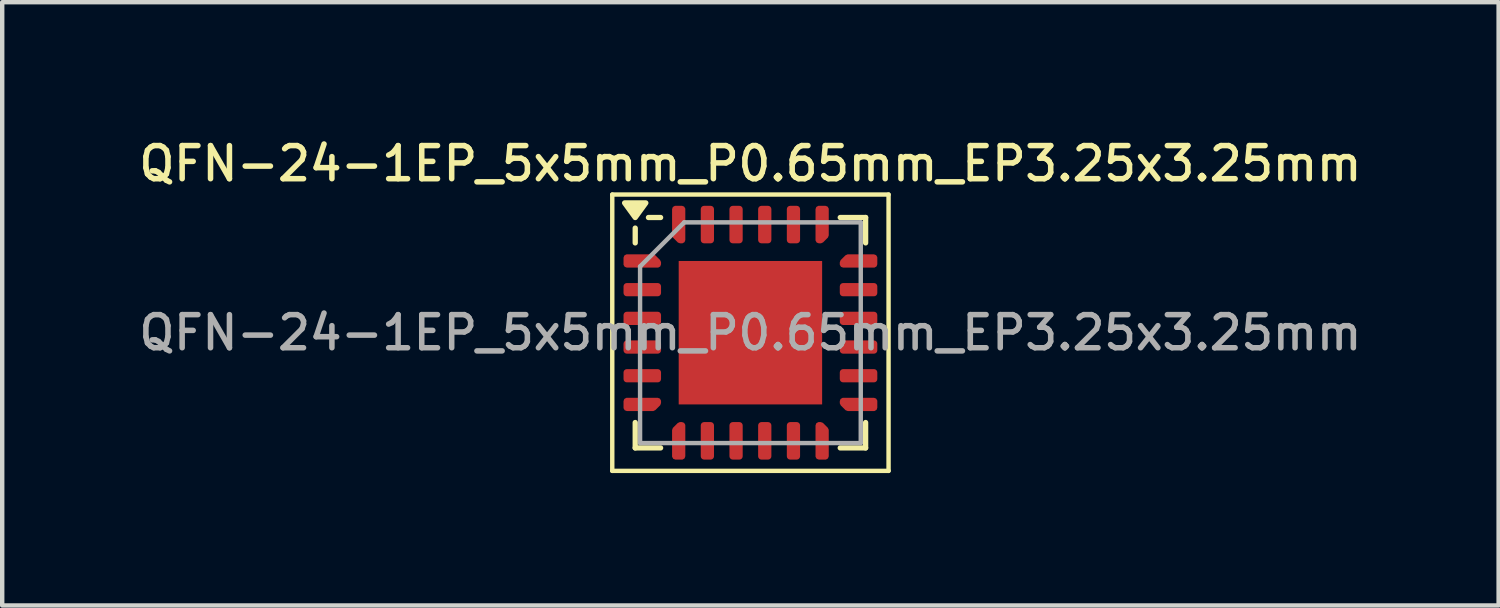
<source format=kicad_pcb>
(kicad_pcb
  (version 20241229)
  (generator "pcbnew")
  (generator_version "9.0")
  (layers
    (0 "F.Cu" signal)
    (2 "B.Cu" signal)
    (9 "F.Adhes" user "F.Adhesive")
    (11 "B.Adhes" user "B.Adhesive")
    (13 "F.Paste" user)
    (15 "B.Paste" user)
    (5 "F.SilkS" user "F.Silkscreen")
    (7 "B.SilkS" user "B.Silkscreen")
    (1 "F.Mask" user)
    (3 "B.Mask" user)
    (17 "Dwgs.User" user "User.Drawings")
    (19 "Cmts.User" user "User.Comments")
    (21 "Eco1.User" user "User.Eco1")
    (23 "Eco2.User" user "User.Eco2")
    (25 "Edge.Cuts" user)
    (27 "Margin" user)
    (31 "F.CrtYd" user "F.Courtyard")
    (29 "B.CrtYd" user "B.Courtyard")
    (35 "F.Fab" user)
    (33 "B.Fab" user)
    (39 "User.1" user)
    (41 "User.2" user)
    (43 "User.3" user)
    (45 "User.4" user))
  (footprint "QFN-24-1EP_5x5mm_P0.65mm_EP3.25x3.25mm"
    (layer "F.Cu")
    (at 13.952 4.488)
    (property "Reference" "QFN-24-1EP_5x5mm_P0.65mm_EP3.25x3.25mm" (at 0 -3.83 0) (layer "F.SilkS") (effects (font (size 0.75 0.75) (thickness 0.125))))
    (attr smd)
    (fp_line (start -3.13 -3.13) (end -3.13 3.13) (stroke (width 0.1) (type solid)) (layer "F.SilkS"))
    (fp_line (start -3.13 3.13) (end 3.13 3.13) (stroke (width 0.1) (type solid)) (layer "F.SilkS"))
    (fp_line (start -2.61 -2.035) (end -2.61 -2.37) (stroke (width 0.12) (type solid)) (layer "F.SilkS"))
    (fp_line (start -2.61 2.61) (end -2.61 2.035) (stroke (width 0.12) (type solid)) (layer "F.SilkS"))
    (fp_line (start -2.035 -2.61) (end -2.31 -2.61) (stroke (width 0.12) (type solid)) (layer "F.SilkS"))
    (fp_line (start -2.035 2.61) (end -2.61 2.61) (stroke (width 0.12) (type solid)) (layer "F.SilkS"))
    (fp_line (start 2.035 -2.61) (end 2.61 -2.61) (stroke (width 0.12) (type solid)) (layer "F.SilkS"))
    (fp_line (start 2.035 2.61) (end 2.61 2.61) (stroke (width 0.12) (type solid)) (layer "F.SilkS"))
    (fp_line (start 2.61 -2.61) (end 2.61 -2.035) (stroke (width 0.12) (type solid)) (layer "F.SilkS"))
    (fp_line (start 2.61 2.61) (end 2.61 2.035) (stroke (width 0.12) (type solid)) (layer "F.SilkS"))
    (fp_line (start 3.13 -3.13) (end -3.13 -3.13) (stroke (width 0.1) (type solid)) (layer "F.SilkS"))
    (fp_line (start 3.13 3.13) (end 3.13 -3.13) (stroke (width 0.1) (type solid)) (layer "F.SilkS"))
    (fp_poly (pts (xy -2.61 -2.61) (xy -2.85 -2.94) (xy -2.37 -2.94) (xy -2.61 -2.61)) (stroke (width 0.12) (type solid)) (fill yes) (layer "F.SilkS"))
    (fp_line (start -2.5 -1.5) (end -1.5 -2.5) (stroke (width 0.1) (type solid)) (layer "F.Fab"))
    (fp_line (start -2.5 2.5) (end -2.5 -1.5) (stroke (width 0.1) (type solid)) (layer "F.Fab"))
    (fp_line (start -1.5 -2.5) (end 2.5 -2.5) (stroke (width 0.1) (type solid)) (layer "F.Fab"))
    (fp_line (start 2.5 -2.5) (end 2.5 2.5) (stroke (width 0.1) (type solid)) (layer "F.Fab"))
    (fp_line (start 2.5 2.5) (end -2.5 2.5) (stroke (width 0.1) (type solid)) (layer "F.Fab"))
    (fp_text user "${REFERENCE}" (at 0 0 0) (layer "F.Fab") (effects (font (size 0.75 0.75) (thickness 0.125))))
    (pad "" smd roundrect (at -0.81 -0.81) (size 1.31 1.31) (layers "F.Paste") (roundrect_rratio 0.191))
    (pad "" smd roundrect (at -0.81 0.81) (size 1.31 1.31) (layers "F.Paste") (roundrect_rratio 0.191))
    (pad "" smd roundrect (at 0.81 -0.81) (size 1.31 1.31) (layers "F.Paste") (roundrect_rratio 0.191))
    (pad "" smd roundrect (at 0.81 0.81) (size 1.31 1.31) (layers "F.Paste") (roundrect_rratio 0.191))
    (pad "1" smd custom (at -2.45 -1.625) (size 0.194 0.194) (layers "F.Cu" "F.Mask" "F.Paste") (options (anchor circle)) (primitives (gr_poly (pts (xy -0.35 -0.075) (xy 0.244 -0.075) (xy 0.35 0.031) (xy 0.35 0.075) (xy -0.35 0.075)) (width 0.15) (fill yes))))
    (pad "2" smd roundrect (at -2.45 -0.975) (size 0.85 0.3) (layers "F.Cu" "F.Mask" "F.Paste") (roundrect_rratio 0.25))
    (pad "3" smd roundrect (at -2.45 -0.325) (size 0.85 0.3) (layers "F.Cu" "F.Mask" "F.Paste") (roundrect_rratio 0.25))
    (pad "4" smd roundrect (at -2.45 0.325) (size 0.85 0.3) (layers "F.Cu" "F.Mask" "F.Paste") (roundrect_rratio 0.25))
    (pad "5" smd roundrect (at -2.45 0.975) (size 0.85 0.3) (layers "F.Cu" "F.Mask" "F.Paste") (roundrect_rratio 0.25))
    (pad "6" smd custom (at -2.45 1.625) (size 0.194 0.194) (layers "F.Cu" "F.Mask" "F.Paste") (options (anchor circle)) (primitives (gr_poly (pts (xy -0.35 -0.075) (xy 0.35 -0.075) (xy 0.35 -0.031) (xy 0.244 0.075) (xy -0.35 0.075)) (width 0.15) (fill yes))))
    (pad "7" smd custom (at -1.625 2.45) (size 0.194 0.194) (layers "F.Cu" "F.Mask" "F.Paste") (options (anchor circle)) (primitives (gr_poly (pts (xy -0.075 -0.244) (xy 0.031 -0.35) (xy 0.075 -0.35) (xy 0.075 0.35) (xy -0.075 0.35)) (width 0.15) (fill yes))))
    (pad "8" smd roundrect (at -0.975 2.45) (size 0.3 0.85) (layers "F.Cu" "F.Mask" "F.Paste") (roundrect_rratio 0.25))
    (pad "9" smd roundrect (at -0.325 2.45) (size 0.3 0.85) (layers "F.Cu" "F.Mask" "F.Paste") (roundrect_rratio 0.25))
    (pad "10" smd roundrect (at 0.325 2.45) (size 0.3 0.85) (layers "F.Cu" "F.Mask" "F.Paste") (roundrect_rratio 0.25))
    (pad "11" smd roundrect (at 0.975 2.45) (size 0.3 0.85) (layers "F.Cu" "F.Mask" "F.Paste") (roundrect_rratio 0.25))
    (pad "12" smd custom (at 1.625 2.45) (size 0.194 0.194) (layers "F.Cu" "F.Mask" "F.Paste") (options (anchor circle)) (primitives (gr_poly (pts (xy -0.075 -0.35) (xy -0.031 -0.35) (xy 0.075 -0.244) (xy 0.075 0.35) (xy -0.075 0.35)) (width 0.15) (fill yes))))
    (pad "13" smd custom (at 2.45 1.625) (size 0.194 0.194) (layers "F.Cu" "F.Mask" "F.Paste") (options (anchor circle)) (primitives (gr_poly (pts (xy -0.35 -0.075) (xy 0.35 -0.075) (xy 0.35 0.075) (xy -0.244 0.075) (xy -0.35 -0.031)) (width 0.15) (fill yes))))
    (pad "14" smd roundrect (at 2.45 0.975) (size 0.85 0.3) (layers "F.Cu" "F.Mask" "F.Paste") (roundrect_rratio 0.25))
    (pad "15" smd roundrect (at 2.45 0.325) (size 0.85 0.3) (layers "F.Cu" "F.Mask" "F.Paste") (roundrect_rratio 0.25))
    (pad "16" smd roundrect (at 2.45 -0.325) (size 0.85 0.3) (layers "F.Cu" "F.Mask" "F.Paste") (roundrect_rratio 0.25))
    (pad "17" smd roundrect (at 2.45 -0.975) (size 0.85 0.3) (layers "F.Cu" "F.Mask" "F.Paste") (roundrect_rratio 0.25))
    (pad "18" smd custom (at 2.45 -1.625) (size 0.194 0.194) (layers "F.Cu" "F.Mask" "F.Paste") (options (anchor circle)) (primitives (gr_poly (pts (xy -0.35 0.031) (xy -0.244 -0.075) (xy 0.35 -0.075) (xy 0.35 0.075) (xy -0.35 0.075)) (width 0.15) (fill yes))))
    (pad "19" smd custom (at 1.625 -2.45) (size 0.194 0.194) (layers "F.Cu" "F.Mask" "F.Paste") (options (anchor circle)) (primitives (gr_poly (pts (xy -0.075 -0.35) (xy 0.075 -0.35) (xy 0.075 0.244) (xy -0.031 0.35) (xy -0.075 0.35)) (width 0.15) (fill yes))))
    (pad "20" smd roundrect (at 0.975 -2.45) (size 0.3 0.85) (layers "F.Cu" "F.Mask" "F.Paste") (roundrect_rratio 0.25))
    (pad "21" smd roundrect (at 0.325 -2.45) (size 0.3 0.85) (layers "F.Cu" "F.Mask" "F.Paste") (roundrect_rratio 0.25))
    (pad "22" smd roundrect (at -0.325 -2.45) (size 0.3 0.85) (layers "F.Cu" "F.Mask" "F.Paste") (roundrect_rratio 0.25))
    (pad "23" smd roundrect (at -0.975 -2.45) (size 0.3 0.85) (layers "F.Cu" "F.Mask" "F.Paste") (roundrect_rratio 0.25))
    (pad "24" smd custom (at -1.625 -2.45) (size 0.194 0.194) (layers "F.Cu" "F.Mask" "F.Paste") (options (anchor circle)) (primitives (gr_poly (pts (xy -0.075 -0.35) (xy 0.075 -0.35) (xy 0.075 0.35) (xy 0.031 0.35) (xy -0.075 0.244)) (width 0.15) (fill yes))))
    (pad "25" smd rect (at 0 0) (size 3.25 3.25) (property pad_prop_heatsink) (layers "F.Cu" "F.Mask")))
  (gr_rect
    (start -3 -3)
    (end 30.904 10.668)
    (stroke (width 0.1) (type default))
    (fill no)
    (layer "Edge.Cuts")))
</source>
